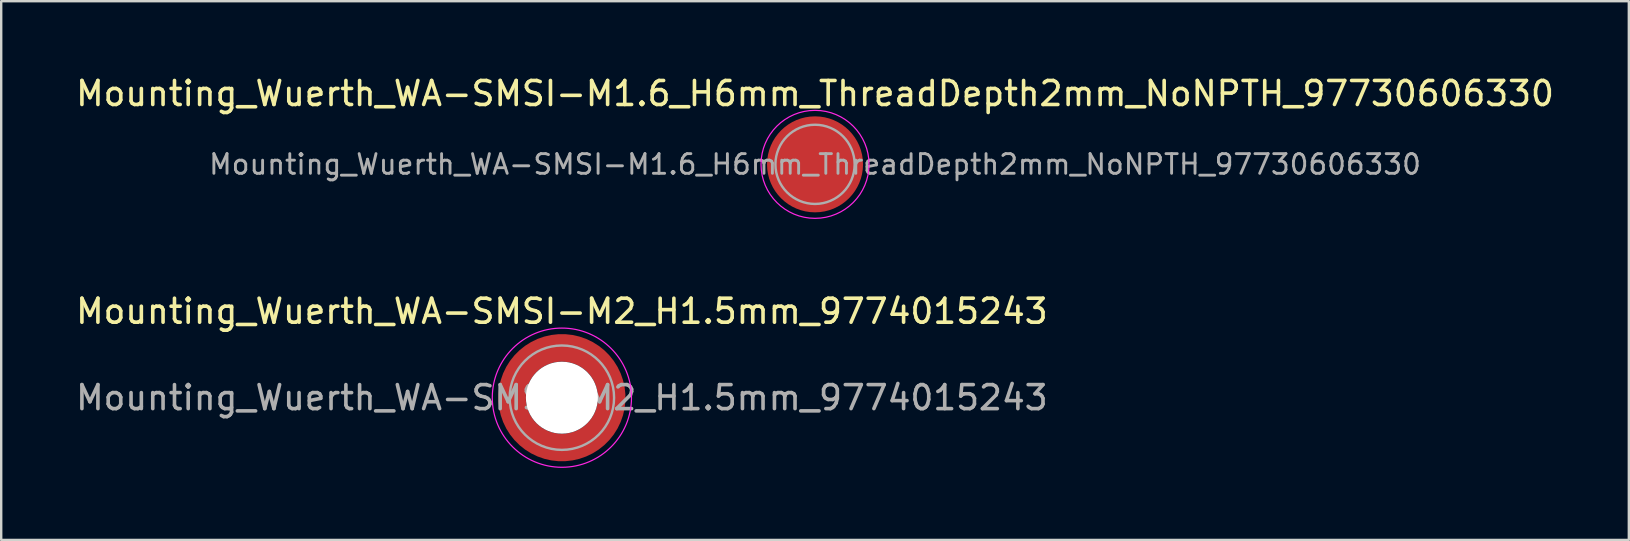
<source format=kicad_pcb>
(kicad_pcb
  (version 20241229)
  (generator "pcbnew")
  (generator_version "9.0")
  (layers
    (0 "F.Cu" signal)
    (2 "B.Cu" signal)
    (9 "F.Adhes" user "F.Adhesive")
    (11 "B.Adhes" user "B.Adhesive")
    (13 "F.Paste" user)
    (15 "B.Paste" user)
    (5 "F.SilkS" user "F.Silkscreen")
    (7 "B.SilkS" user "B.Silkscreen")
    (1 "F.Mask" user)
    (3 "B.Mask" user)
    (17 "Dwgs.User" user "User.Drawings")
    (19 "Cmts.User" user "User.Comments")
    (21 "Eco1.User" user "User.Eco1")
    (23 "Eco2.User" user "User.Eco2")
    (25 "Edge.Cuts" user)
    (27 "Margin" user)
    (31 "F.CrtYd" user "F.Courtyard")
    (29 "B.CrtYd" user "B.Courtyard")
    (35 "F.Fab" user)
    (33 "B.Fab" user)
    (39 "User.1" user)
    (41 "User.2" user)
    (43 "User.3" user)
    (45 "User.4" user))
  (footprint "Mounting_Wuerth_WA-SMSI-M1.6_H6mm_ThreadDepth2mm_NoNPTH_97730606330"
    (layer "F.Cu")
    (at 30.911 3.798)
    (property "Reference" "Mounting_Wuerth_WA-SMSI-M1.6_H6mm_ThreadDepth2mm_NoNPTH_97730606330" (at 0 -2.95 0) (layer "F.SilkS") (effects (font (size 1 1) (thickness 0.15))))
    (attr smd allow_soldermask_bridges)
    (fp_circle (center 0 0) (end 2.25 0) (stroke (width 0.05) (type solid)) (fill no) (layer "F.CrtYd"))
    (fp_circle (center 0 0) (end 1.65 0) (stroke (width 0.1) (type solid)) (fill no) (layer "F.Fab"))
    (fp_text user "${REFERENCE}" (at 0 0 0) (layer "F.Fab") (effects (font (size 0.82 0.82) (thickness 0.12))))
    (pad "" smd custom (at -0.778 -0.778) (size 0.8 0.8) (layers "F.Paste") (options (anchor circle)) (primitives (gr_arc (start 0.465568 0.527817) (mid 0.494975 0.494975) (end 0.527817 0.465568) (width 0.2)) (gr_arc (start 0.344805 0.527817) (mid 0.424264 0.424264) (end 0.527817 0.344805) (width 0.2)) (gr_arc (start 0.232382 0.527817) (mid 0.353553 0.353553) (end 0.527817 0.232382) (width 0.2)) (gr_arc (start 0.123983 0.527817) (mid 0.282843 0.282843) (end 0.527817 0.123983) (width 0.2)) (gr_arc (start 0.017883 0.527817) (mid 0.212132 0.212132) (end 0.527817 0.017883) (width 0.2)) (gr_arc (start -0.086763 0.527817) (mid 0.141421 0.141421) (end 0.527817 -0.086763) (width 0.2)) (gr_arc (start -0.190428 0.527817) (mid 0.070711 0.070711) (end 0.527817 -0.190428) (width 0.2)) (gr_arc (start -0.293397 0.527817) (mid 0 0) (end 0.527817 -0.293397) (width 0.2)) (gr_arc (start -0.395852 0.527817) (mid -0.070711 -0.070711) (end 0.527817 -0.395852) (width 0.2)) (gr_arc (start -0.497918 0.527817) (mid -0.141421 -0.141421) (end 0.527817 -0.497918) (width 0.2)) (gr_arc (start -0.59968 0.527817) (mid -0.212132 -0.212132) (end 0.527817 -0.59968) (width 0.2)) (gr_arc (start -0.701202 0.527817) (mid -0.282843 -0.282843) (end 0.527817 -0.701202) (width 0.2)) (gr_arc (start -0.802531 0.527817) (mid -0.353553 -0.353553) (end 0.527817 -0.802531) (width 0.2)) (gr_arc (start -0.9037 0.527817) (mid -0.424264 -0.424264) (end 0.527817 -0.9037) (width 0.2)) (gr_arc (start -1.004737 0.527817) (mid -0.494975 -0.494975) (end 0.527817 -1.004737) (width 0.2)) (gr_line (start 0.528 0.466) (end 0.528 -1.005) (width 0.2)) (gr_line (start 0.466 0.528) (end -1.005 0.528) (width 0.2))))
    (pad "" smd custom (at -0.778 0.778) (size 0.8 0.8) (layers "F.Paste") (options (anchor circle)) (primitives (gr_arc (start 0.527817 -0.465568) (mid 0.494975 -0.494975) (end 0.465568 -0.527817) (width 0.2)) (gr_arc (start 0.527817 -0.344805) (mid 0.424264 -0.424264) (end 0.344805 -0.527817) (width 0.2)) (gr_arc (start 0.527817 -0.232382) (mid 0.353553 -0.353553) (end 0.232382 -0.527817) (width 0.2)) (gr_arc (start 0.527817 -0.123983) (mid 0.282843 -0.282843) (end 0.123983 -0.527817) (width 0.2)) (gr_arc (start 0.527817 -0.017883) (mid 0.212132 -0.212132) (end 0.017883 -0.527817) (width 0.2)) (gr_arc (start 0.527817 0.086763) (mid 0.141421 -0.141421) (end -0.086763 -0.527817) (width 0.2)) (gr_arc (start 0.527817 0.190428) (mid 0.070711 -0.070711) (end -0.190428 -0.527817) (width 0.2)) (gr_arc (start 0.527817 0.293397) (mid 0 0) (end -0.293397 -0.527817) (width 0.2)) (gr_arc (start 0.527817 0.395852) (mid -0.070711 0.070711) (end -0.395852 -0.527817) (width 0.2)) (gr_arc (start 0.527817 0.497918) (mid -0.141421 0.141421) (end -0.497918 -0.527817) (width 0.2)) (gr_arc (start 0.527817 0.59968) (mid -0.212132 0.212132) (end -0.59968 -0.527817) (width 0.2)) (gr_arc (start 0.527817 0.701202) (mid -0.282843 0.282843) (end -0.701202 -0.527817) (width 0.2)) (gr_arc (start 0.527817 0.802531) (mid -0.353553 0.353553) (end -0.802531 -0.527817) (width 0.2)) (gr_arc (start 0.527817 0.9037) (mid -0.424264 0.424264) (end -0.9037 -0.527817) (width 0.2)) (gr_arc (start 0.527817 1.004737) (mid -0.494975 0.494975) (end -1.004737 -0.527817) (width 0.2)) (gr_line (start 0.466 -0.528) (end -1.005 -0.528) (width 0.2)) (gr_line (start 0.528 -0.466) (end 0.528 1.005) (width 0.2))))
    (pad "" smd custom (at 0.778 -0.778) (size 0.8 0.8) (layers "F.Paste") (options (anchor circle)) (primitives (gr_arc (start -0.527817 0.465568) (mid -0.494975 0.494975) (end -0.465568 0.527817) (width 0.2)) (gr_arc (start -0.527817 0.344805) (mid -0.424264 0.424264) (end -0.344805 0.527817) (width 0.2)) (gr_arc (start -0.527817 0.232382) (mid -0.353553 0.353553) (end -0.232382 0.527817) (width 0.2)) (gr_arc (start -0.527817 0.123983) (mid -0.282843 0.282843) (end -0.123983 0.527817) (width 0.2)) (gr_arc (start -0.527817 0.017883) (mid -0.212132 0.212132) (end -0.017883 0.527817) (width 0.2)) (gr_arc (start -0.527817 -0.086763) (mid -0.141421 0.141421) (end 0.086763 0.527817) (width 0.2)) (gr_arc (start -0.527817 -0.190428) (mid -0.070711 0.070711) (end 0.190428 0.527817) (width 0.2)) (gr_arc (start -0.527817 -0.293397) (mid 0 0) (end 0.293397 0.527817) (width 0.2)) (gr_arc (start -0.527817 -0.395852) (mid 0.070711 -0.070711) (end 0.395852 0.527817) (width 0.2)) (gr_arc (start -0.527817 -0.497918) (mid 0.141421 -0.141421) (end 0.497918 0.527817) (width 0.2)) (gr_arc (start -0.527817 -0.59968) (mid 0.212132 -0.212132) (end 0.59968 0.527817) (width 0.2)) (gr_arc (start -0.527817 -0.701202) (mid 0.282843 -0.282843) (end 0.701202 0.527817) (width 0.2)) (gr_arc (start -0.527817 -0.802531) (mid 0.353553 -0.353553) (end 0.802531 0.527817) (width 0.2)) (gr_arc (start -0.527817 -0.9037) (mid 0.424264 -0.424264) (end 0.9037 0.527817) (width 0.2)) (gr_arc (start -0.527817 -1.004737) (mid 0.494975 -0.494975) (end 1.004737 0.527817) (width 0.2)) (gr_line (start -0.466 0.528) (end 1.005 0.528) (width 0.2)) (gr_line (start -0.528 0.466) (end -0.528 -1.005) (width 0.2))))
    (pad "" smd custom (at 0.778 0.778) (size 0.8 0.8) (layers "F.Paste") (options (anchor circle)) (primitives (gr_arc (start -0.465568 -0.527817) (mid -0.494975 -0.494975) (end -0.527817 -0.465568) (width 0.2)) (gr_arc (start -0.344805 -0.527817) (mid -0.424264 -0.424264) (end -0.527817 -0.344805) (width 0.2)) (gr_arc (start -0.232382 -0.527817) (mid -0.353553 -0.353553) (end -0.527817 -0.232382) (width 0.2)) (gr_arc (start -0.123983 -0.527817) (mid -0.282843 -0.282843) (end -0.527817 -0.123983) (width 0.2)) (gr_arc (start -0.017883 -0.527817) (mid -0.212132 -0.212132) (end -0.527817 -0.017883) (width 0.2)) (gr_arc (start 0.086763 -0.527817) (mid -0.141421 -0.141421) (end -0.527817 0.086763) (width 0.2)) (gr_arc (start 0.190428 -0.527817) (mid -0.070711 -0.070711) (end -0.527817 0.190428) (width 0.2)) (gr_arc (start 0.293397 -0.527817) (mid 0 0) (end -0.527817 0.293397) (width 0.2)) (gr_arc (start 0.395852 -0.527817) (mid 0.070711 0.070711) (end -0.527817 0.395852) (width 0.2)) (gr_arc (start 0.497918 -0.527817) (mid 0.141421 0.141421) (end -0.527817 0.497918) (width 0.2)) (gr_arc (start 0.59968 -0.527817) (mid 0.212132 0.212132) (end -0.527817 0.59968) (width 0.2)) (gr_arc (start 0.701202 -0.527817) (mid 0.282843 0.282843) (end -0.527817 0.701202) (width 0.2)) (gr_arc (start 0.802531 -0.527817) (mid 0.353553 0.353553) (end -0.527817 0.802531) (width 0.2)) (gr_arc (start 0.9037 -0.527817) (mid 0.424264 0.424264) (end -0.527817 0.9037) (width 0.2)) (gr_arc (start 1.004737 -0.527817) (mid 0.494975 0.494975) (end -0.527817 1.004737) (width 0.2)) (gr_line (start -0.528 -0.466) (end -0.528 1.005) (width 0.2)) (gr_line (start -0.466 -0.528) (end 1.005 -0.528) (width 0.2))))
    (pad "1" smd circle (at 0 0) (size 4 4) (layers "F.Cu" "F.Mask")))
  (footprint "Mounting_Wuerth_WA-SMSI-M2_H1.5mm_9774015243"
    (layer "F.Cu")
    (at 20.363 13.521)
    (property "Reference" "Mounting_Wuerth_WA-SMSI-M2_H1.5mm_9774015243" (at 0 -3.6 0) (layer "F.SilkS") (effects (font (size 1 1) (thickness 0.15))))
    (attr smd allow_soldermask_bridges)
    (fp_circle (center 0 0) (end 2.9 0) (stroke (width 0.05) (type solid)) (fill no) (layer "F.CrtYd"))
    (fp_circle (center 0 0) (end 2.175 0) (stroke (width 0.1) (type solid)) (fill no) (layer "F.Fab"))
    (fp_text user "${REFERENCE}" (at 0 0 0) (layer "F.Fab") (effects (font (size 1 1) (thickness 0.15))))
    (pad "" smd custom (at -1.453 -1.453) (size 0.505 0.505) (layers "F.Paste") (options (anchor circle)) (primitives (gr_arc (start -0.147677 1.053104) (mid 0.286378 0.286378) (end 1.053104 -0.147677) (width 0.2)) (gr_arc (start -0.240295 1.053104) (mid 0.222739 0.222739) (end 1.053104 -0.240295) (width 0.2)) (gr_arc (start -0.332645 1.053104) (mid 0.159099 0.159099) (end 1.053104 -0.332645) (width 0.2)) (gr_arc (start -0.424767 1.053104) (mid 0.095459 0.095459) (end 1.053104 -0.424767) (width 0.2)) (gr_arc (start -0.516693 1.053104) (mid 0.03182 0.03182) (end 1.053104 -0.516693) (width 0.2)) (gr_arc (start -0.608448 1.053104) (mid -0.03182 -0.03182) (end 1.053104 -0.608448) (width 0.2)) (gr_arc (start -0.700056 1.053104) (mid -0.095459 -0.095459) (end 1.053104 -0.700056) (width 0.2)) (gr_arc (start -0.791534 1.053104) (mid -0.159099 -0.159099) (end 1.053104 -0.791534) (width 0.2)) (gr_arc (start -0.882896 1.053104) (mid -0.222739 -0.222739) (end 1.053104 -0.882896) (width 0.2)) (gr_arc (start -0.974157 1.053104) (mid -0.286378 -0.286378) (end 1.053104 -0.974157) (width 0.2)) (gr_line (start 1.053 -0.148) (end 1.053 -0.974) (width 0.2)) (gr_line (start -0.148 1.053) (end -0.974 1.053) (width 0.2))))
    (pad "" smd custom (at -1.453 1.453) (size 0.505 0.505) (layers "F.Paste") (options (anchor circle)) (primitives (gr_arc (start 1.053104 0.147677) (mid 0.286378 -0.286378) (end -0.147677 -1.053104) (width 0.2)) (gr_arc (start 1.053104 0.240295) (mid 0.222739 -0.222739) (end -0.240295 -1.053104) (width 0.2)) (gr_arc (start 1.053104 0.332645) (mid 0.159099 -0.159099) (end -0.332645 -1.053104) (width 0.2)) (gr_arc (start 1.053104 0.424767) (mid 0.095459 -0.095459) (end -0.424767 -1.053104) (width 0.2)) (gr_arc (start 1.053104 0.516693) (mid 0.03182 -0.03182) (end -0.516693 -1.053104) (width 0.2)) (gr_arc (start 1.053104 0.608448) (mid -0.03182 0.03182) (end -0.608448 -1.053104) (width 0.2)) (gr_arc (start 1.053104 0.700056) (mid -0.095459 0.095459) (end -0.700056 -1.053104) (width 0.2)) (gr_arc (start 1.053104 0.791534) (mid -0.159099 0.159099) (end -0.791534 -1.053104) (width 0.2)) (gr_arc (start 1.053104 0.882896) (mid -0.222739 0.222739) (end -0.882896 -1.053104) (width 0.2)) (gr_arc (start 1.053104 0.974157) (mid -0.286378 0.286378) (end -0.974157 -1.053104) (width 0.2)) (gr_line (start -0.148 -1.053) (end -0.974 -1.053) (width 0.2)) (gr_line (start 1.053 0.148) (end 1.053 0.974) (width 0.2))))
    (pad "" np_thru_hole circle (at 0 0) (size 3 3) (drill 3) (layers "*.Cu" "*.Mask"))
    (pad "" smd custom (at 1.453 -1.453) (size 0.505 0.505) (layers "F.Paste") (options (anchor circle)) (primitives (gr_arc (start -1.053104 -0.147677) (mid -0.286378 0.286378) (end 0.147677 1.053104) (width 0.2)) (gr_arc (start -1.053104 -0.240295) (mid -0.222739 0.222739) (end 0.240295 1.053104) (width 0.2)) (gr_arc (start -1.053104 -0.332645) (mid -0.159099 0.159099) (end 0.332645 1.053104) (width 0.2)) (gr_arc (start -1.053104 -0.424767) (mid -0.095459 0.095459) (end 0.424767 1.053104) (width 0.2)) (gr_arc (start -1.053104 -0.516693) (mid -0.03182 0.03182) (end 0.516693 1.053104) (width 0.2)) (gr_arc (start -1.053104 -0.608448) (mid 0.03182 -0.03182) (end 0.608448 1.053104) (width 0.2)) (gr_arc (start -1.053104 -0.700056) (mid 0.095459 -0.095459) (end 0.700056 1.053104) (width 0.2)) (gr_arc (start -1.053104 -0.791534) (mid 0.159099 -0.159099) (end 0.791534 1.053104) (width 0.2)) (gr_arc (start -1.053104 -0.882896) (mid 0.222739 -0.222739) (end 0.882896 1.053104) (width 0.2)) (gr_arc (start -1.053104 -0.974157) (mid 0.286378 -0.286378) (end 0.974157 1.053104) (width 0.2)) (gr_line (start 0.148 1.053) (end 0.974 1.053) (width 0.2)) (gr_line (start -1.053 -0.148) (end -1.053 -0.974) (width 0.2))))
    (pad "" smd custom (at 1.453 1.453) (size 0.505 0.505) (layers "F.Paste") (options (anchor circle)) (primitives (gr_arc (start 0.147677 -1.053104) (mid -0.286378 -0.286378) (end -1.053104 0.147677) (width 0.2)) (gr_arc (start 0.240295 -1.053104) (mid -0.222739 -0.222739) (end -1.053104 0.240295) (width 0.2)) (gr_arc (start 0.332645 -1.053104) (mid -0.159099 -0.159099) (end -1.053104 0.332645) (width 0.2)) (gr_arc (start 0.424767 -1.053104) (mid -0.095459 -0.095459) (end -1.053104 0.424767) (width 0.2)) (gr_arc (start 0.516693 -1.053104) (mid -0.03182 -0.03182) (end -1.053104 0.516693) (width 0.2)) (gr_arc (start 0.608448 -1.053104) (mid 0.03182 0.03182) (end -1.053104 0.608448) (width 0.2)) (gr_arc (start 0.700056 -1.053104) (mid 0.095459 0.095459) (end -1.053104 0.700056) (width 0.2)) (gr_arc (start 0.791534 -1.053104) (mid 0.159099 0.159099) (end -1.053104 0.791534) (width 0.2)) (gr_arc (start 0.882896 -1.053104) (mid 0.222739 0.222739) (end -1.053104 0.882896) (width 0.2)) (gr_arc (start 0.974157 -1.053104) (mid 0.286378 0.286378) (end -1.053104 0.974157) (width 0.2)) (gr_line (start -1.053 0.148) (end -1.053 0.974) (width 0.2)) (gr_line (start 0.148 -1.053) (end 0.974 -1.053) (width 0.2))))
    (pad "1" smd circle (at -2.075 0) (size 0.642 0.642) (layers "F.Cu"))
    (pad "1" smd circle (at 0 -2.075) (size 0.642 0.642) (layers "F.Cu"))
    (pad "1" smd circle (at 0 2.075) (size 0.642 0.642) (layers "F.Cu"))
    (pad "1" smd custom (at 2.075 0) (size 1.15 1.15) (layers "F.Cu" "F.Mask") (options (anchor circle)) (primitives (gr_circle (center -2.075 0) (end 0 0) (width 1.15) (fill no)))))
  (gr_rect
    (start -3 -3)
    (end 64.821 19.447)
    (stroke (width 0.1) (type default))
    (fill no)
    (layer "Edge.Cuts")))
</source>
